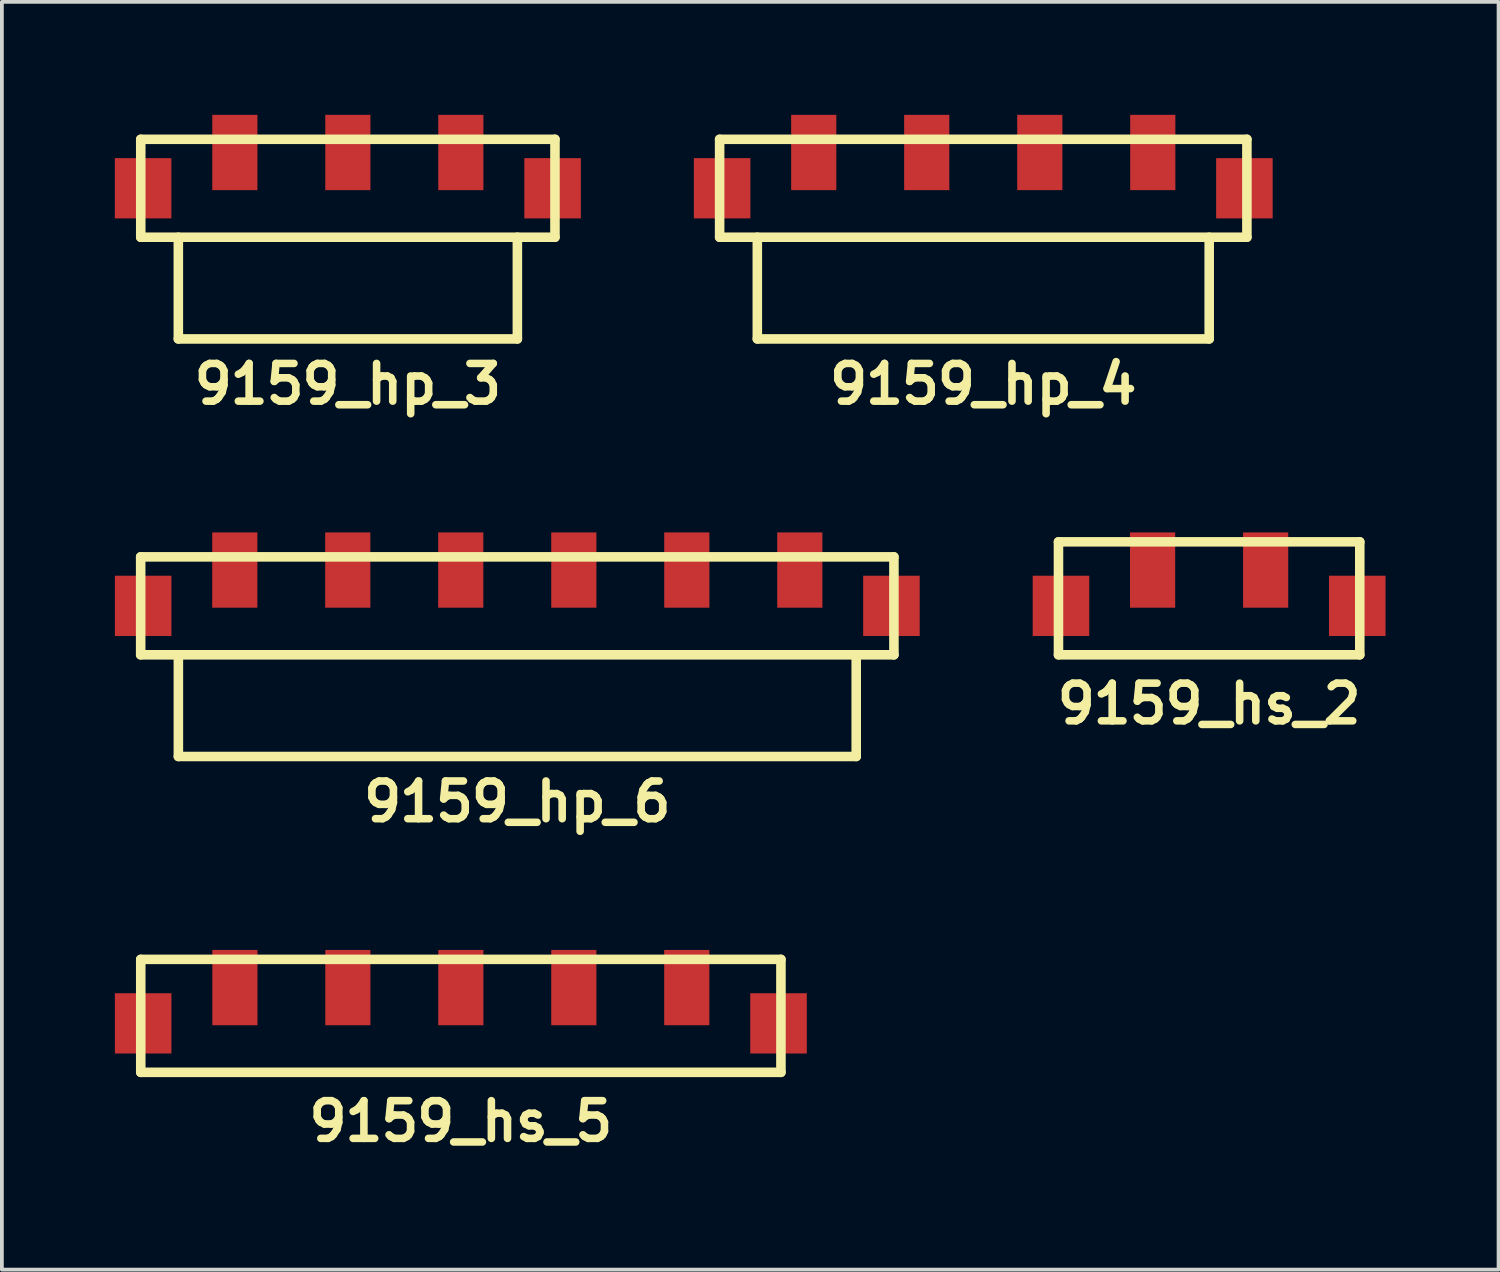
<source format=kicad_pcb>
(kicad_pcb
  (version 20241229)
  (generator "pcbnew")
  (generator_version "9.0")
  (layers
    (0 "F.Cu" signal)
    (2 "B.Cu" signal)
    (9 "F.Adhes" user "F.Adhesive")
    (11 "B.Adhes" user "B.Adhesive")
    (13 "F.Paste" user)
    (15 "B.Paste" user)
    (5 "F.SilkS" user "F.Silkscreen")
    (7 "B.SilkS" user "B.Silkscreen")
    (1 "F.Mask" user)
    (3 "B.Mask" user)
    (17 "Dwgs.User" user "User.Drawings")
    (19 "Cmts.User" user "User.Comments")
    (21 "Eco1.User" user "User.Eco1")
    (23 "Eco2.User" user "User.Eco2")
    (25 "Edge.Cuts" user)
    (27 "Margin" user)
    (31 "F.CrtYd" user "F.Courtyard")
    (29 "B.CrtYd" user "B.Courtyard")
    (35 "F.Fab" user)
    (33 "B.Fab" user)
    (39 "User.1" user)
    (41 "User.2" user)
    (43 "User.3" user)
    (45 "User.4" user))
  (footprint "9159_hp_4"
    (layer "F.Cu")
    (at 23.057 1.949)
    (property "Reference" "9159_hp_4" (at 0 5.199 0) (layer "F.SilkS") (effects (font (size 1.001 1.001) (thickness 0.201))))
    (attr through_hole)
    (fp_line (start -7 -1.3) (end -7 1.3) (stroke (width 0.254) (type solid)) (layer "F.SilkS"))
    (fp_line (start -7 1.3) (end 7 1.3) (stroke (width 0.254) (type solid)) (layer "F.SilkS"))
    (fp_line (start -5.999 1.3) (end -5.999 4) (stroke (width 0.254) (type solid)) (layer "F.SilkS"))
    (fp_line (start 5.999 4) (end -5.999 4) (stroke (width 0.254) (type solid)) (layer "F.SilkS"))
    (fp_line (start 5.999 4) (end 5.999 1.3) (stroke (width 0.254) (type solid)) (layer "F.SilkS"))
    (fp_line (start 7 -1.3) (end -7 -1.3) (stroke (width 0.254) (type solid)) (layer "F.SilkS"))
    (fp_line (start 7 1.3) (end 7 -1.3) (stroke (width 0.254) (type solid)) (layer "F.SilkS"))
    (pad "1" smd rect (at -4.501 -0.95) (size 1.199 1.999) (layers "F.Cu" "F.Mask" "F.Paste"))
    (pad "2" smd rect (at -1.501 -0.95) (size 1.199 1.999) (layers "F.Cu" "F.Mask" "F.Paste"))
    (pad "3" smd rect (at 1.501 -0.95) (size 1.199 1.999) (layers "F.Cu" "F.Mask" "F.Paste"))
    (pad "4" smd rect (at 4.501 -0.95) (size 1.199 1.999) (layers "F.Cu" "F.Mask" "F.Paste"))
    (pad "5" smd rect (at -6.934 0) (size 1.501 1.6) (layers "F.Cu" "F.Mask" "F.Paste"))
    (pad "5" smd rect (at 6.934 0) (size 1.501 1.6) (layers "F.Cu" "F.Mask" "F.Paste")))
  (footprint "9159_hp_6"
    (layer "F.Cu")
    (at 10.685 13.036)
    (property "Reference" "9159_hp_6" (at 0 5.199 0) (layer "F.SilkS") (effects (font (size 1.001 1.001) (thickness 0.201))))
    (attr through_hole)
    (fp_line (start -10 -1.3) (end -10 1.3) (stroke (width 0.254) (type solid)) (layer "F.SilkS"))
    (fp_line (start -10 -1.3) (end 10 -1.3) (stroke (width 0.254) (type solid)) (layer "F.SilkS"))
    (fp_line (start -8.999 1.3) (end -8.999 4) (stroke (width 0.254) (type solid)) (layer "F.SilkS"))
    (fp_line (start 8.999 4) (end -8.999 4) (stroke (width 0.254) (type solid)) (layer "F.SilkS"))
    (fp_line (start 8.999 4) (end 8.999 1.3) (stroke (width 0.254) (type solid)) (layer "F.SilkS"))
    (fp_line (start 10 1.3) (end -10 1.3) (stroke (width 0.254) (type solid)) (layer "F.SilkS"))
    (fp_line (start 10 1.3) (end 10 -1.3) (stroke (width 0.254) (type solid)) (layer "F.SilkS"))
    (pad "1" smd rect (at -7.501 -0.95) (size 1.199 1.999) (layers "F.Cu" "F.Mask" "F.Paste"))
    (pad "2" smd rect (at -4.501 -0.95) (size 1.199 1.999) (layers "F.Cu" "F.Mask" "F.Paste"))
    (pad "3" smd rect (at -1.501 -0.95) (size 1.199 1.999) (layers "F.Cu" "F.Mask" "F.Paste"))
    (pad "4" smd rect (at 1.501 -0.95) (size 1.199 1.999) (layers "F.Cu" "F.Mask" "F.Paste"))
    (pad "5" smd rect (at 4.501 -0.95) (size 1.199 1.999) (layers "F.Cu" "F.Mask" "F.Paste"))
    (pad "6" smd rect (at 7.501 -0.95) (size 1.199 1.999) (layers "F.Cu" "F.Mask" "F.Paste"))
    (pad "7" smd rect (at -9.934 0) (size 1.501 1.6) (layers "F.Cu" "F.Mask" "F.Paste"))
    (pad "7" smd rect (at 9.934 0) (size 1.501 1.6) (layers "F.Cu" "F.Mask" "F.Paste")))
  (footprint "9159_hp_3"
    (layer "F.Cu")
    (at 6.186 1.949)
    (property "Reference" "9159_hp_3" (at 0 5.199 0) (layer "F.SilkS") (effects (font (size 1.001 1.001) (thickness 0.201))))
    (attr through_hole)
    (fp_line (start -5.499 -1.3) (end -5.499 1.3) (stroke (width 0.254) (type solid)) (layer "F.SilkS"))
    (fp_line (start -5.499 -1.3) (end 5.499 -1.3) (stroke (width 0.254) (type solid)) (layer "F.SilkS"))
    (fp_line (start -4.501 1.3) (end -4.501 4) (stroke (width 0.254) (type solid)) (layer "F.SilkS"))
    (fp_line (start -4.501 4) (end 4.501 4) (stroke (width 0.254) (type solid)) (layer "F.SilkS"))
    (fp_line (start 4.501 4) (end 4.501 1.3) (stroke (width 0.254) (type solid)) (layer "F.SilkS"))
    (fp_line (start 5.499 1.3) (end -5.499 1.3) (stroke (width 0.254) (type solid)) (layer "F.SilkS"))
    (fp_line (start 5.499 1.3) (end 5.499 -1.3) (stroke (width 0.254) (type solid)) (layer "F.SilkS"))
    (pad "1" smd rect (at -3 -0.95) (size 1.199 1.999) (layers "F.Cu" "F.Mask" "F.Paste"))
    (pad "2" smd rect (at 0 -0.95) (size 1.199 1.999) (layers "F.Cu" "F.Mask" "F.Paste"))
    (pad "3" smd rect (at 3 -0.95) (size 1.199 1.999) (layers "F.Cu" "F.Mask" "F.Paste"))
    (pad "4" smd rect (at -5.436 0) (size 1.501 1.6) (layers "F.Cu" "F.Mask" "F.Paste"))
    (pad "4" smd rect (at 5.436 0) (size 1.501 1.6) (layers "F.Cu" "F.Mask" "F.Paste")))
  (footprint "9159_hs_2"
    (layer "F.Cu")
    (at 29.054 13.036)
    (property "Reference" "9159_hs_2" (at 0 2.601 0) (layer "F.SilkS") (effects (font (size 1.001 1.001) (thickness 0.201))))
    (attr through_hole)
    (fp_line (start -4 -1.699) (end -4 1.3) (stroke (width 0.254) (type solid)) (layer "F.SilkS"))
    (fp_line (start -4 1.3) (end 4 1.3) (stroke (width 0.254) (type solid)) (layer "F.SilkS"))
    (fp_line (start 4 -1.699) (end -4 -1.699) (stroke (width 0.254) (type solid)) (layer "F.SilkS"))
    (fp_line (start 4 -1.699) (end 4 1.3) (stroke (width 0.254) (type solid)) (layer "F.SilkS"))
    (pad "1" smd rect (at -1.501 -0.95) (size 1.199 1.999) (layers "F.Cu" "F.Mask" "F.Paste"))
    (pad "2" smd rect (at 1.501 -0.95) (size 1.199 1.999) (layers "F.Cu" "F.Mask" "F.Paste"))
    (pad "3" smd rect (at -3.934 0) (size 1.501 1.6) (layers "F.Cu" "F.Mask" "F.Paste"))
    (pad "3" smd rect (at 3.934 0) (size 1.501 1.6) (layers "F.Cu" "F.Mask" "F.Paste")))
  (footprint "9159_hs_5"
    (layer "F.Cu")
    (at 9.186 24.122)
    (property "Reference" "9159_hs_5" (at 0 2.601 0) (layer "F.SilkS") (effects (font (size 1.001 1.001) (thickness 0.201))))
    (attr through_hole)
    (fp_line (start -8.499 -1.699) (end -8.499 1.3) (stroke (width 0.254) (type solid)) (layer "F.SilkS"))
    (fp_line (start -8.499 -1.699) (end 8.499 -1.699) (stroke (width 0.254) (type solid)) (layer "F.SilkS"))
    (fp_line (start 8.499 -1.699) (end 8.499 1.3) (stroke (width 0.254) (type solid)) (layer "F.SilkS"))
    (fp_line (start 8.499 1.3) (end -8.499 1.3) (stroke (width 0.254) (type solid)) (layer "F.SilkS"))
    (pad "1" smd rect (at -5.999 -0.95) (size 1.199 1.999) (layers "F.Cu" "F.Mask" "F.Paste"))
    (pad "2" smd rect (at -3 -0.95) (size 1.199 1.999) (layers "F.Cu" "F.Mask" "F.Paste"))
    (pad "3" smd rect (at 0 -0.95) (size 1.199 1.999) (layers "F.Cu" "F.Mask" "F.Paste"))
    (pad "4" smd rect (at 3 -0.95) (size 1.199 1.999) (layers "F.Cu" "F.Mask" "F.Paste"))
    (pad "5" smd rect (at 5.999 -0.95) (size 1.199 1.999) (layers "F.Cu" "F.Mask" "F.Paste"))
    (pad "6" smd rect (at -8.435 0) (size 1.501 1.6) (layers "F.Cu" "F.Mask" "F.Paste"))
    (pad "6" smd rect (at 8.435 0) (size 1.501 1.6) (layers "F.Cu" "F.Mask" "F.Paste")))
  (gr_rect
    (start -3 -3)
    (end 36.739 30.661)
    (stroke (width 0.1) (type default))
    (fill no)
    (layer "Edge.Cuts")))
</source>
